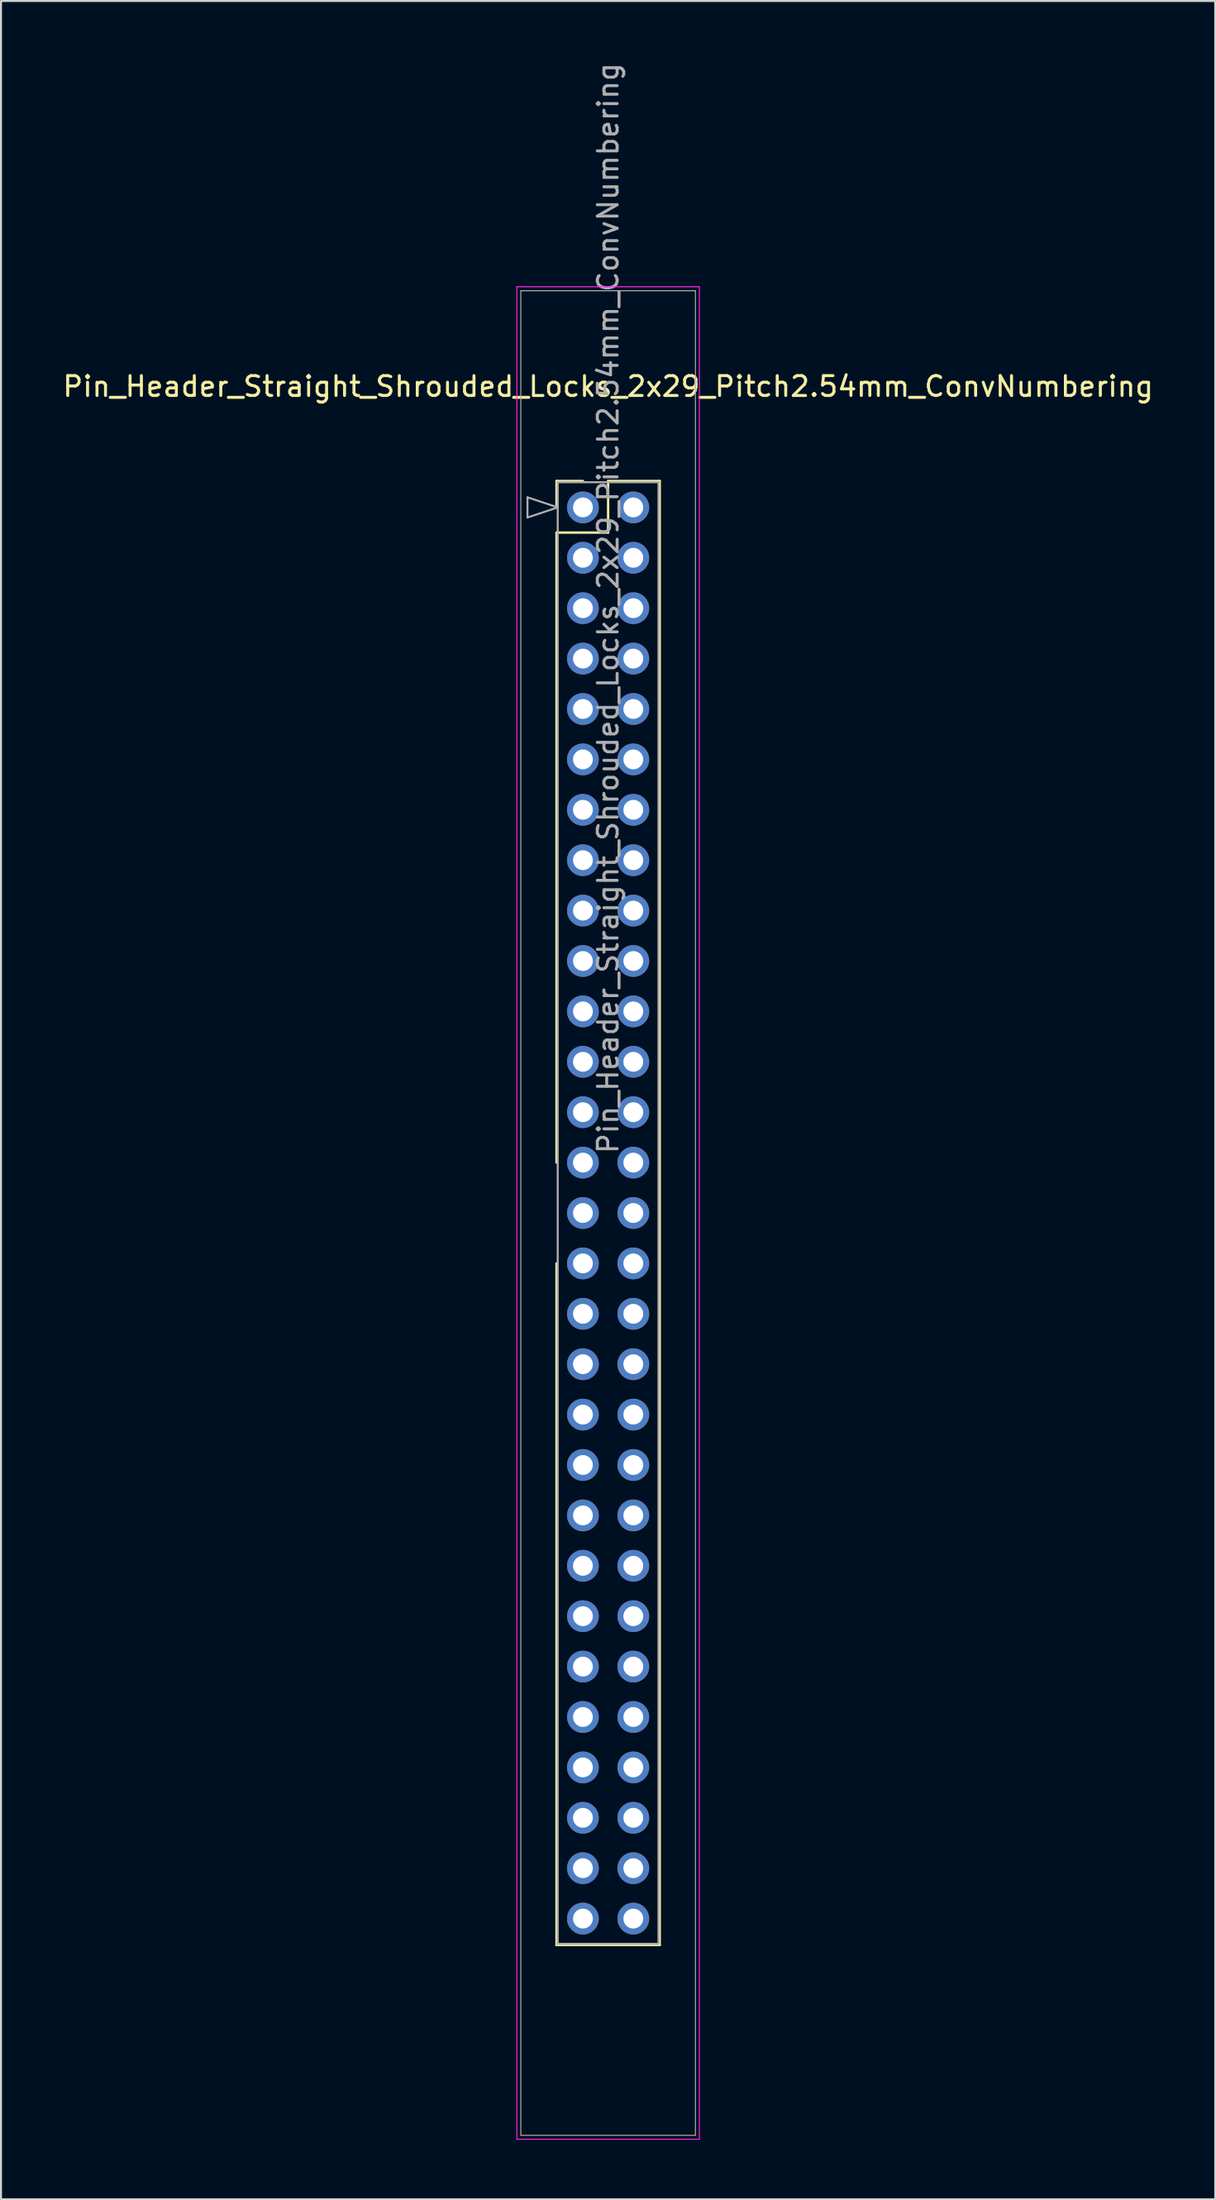
<source format=kicad_pcb>
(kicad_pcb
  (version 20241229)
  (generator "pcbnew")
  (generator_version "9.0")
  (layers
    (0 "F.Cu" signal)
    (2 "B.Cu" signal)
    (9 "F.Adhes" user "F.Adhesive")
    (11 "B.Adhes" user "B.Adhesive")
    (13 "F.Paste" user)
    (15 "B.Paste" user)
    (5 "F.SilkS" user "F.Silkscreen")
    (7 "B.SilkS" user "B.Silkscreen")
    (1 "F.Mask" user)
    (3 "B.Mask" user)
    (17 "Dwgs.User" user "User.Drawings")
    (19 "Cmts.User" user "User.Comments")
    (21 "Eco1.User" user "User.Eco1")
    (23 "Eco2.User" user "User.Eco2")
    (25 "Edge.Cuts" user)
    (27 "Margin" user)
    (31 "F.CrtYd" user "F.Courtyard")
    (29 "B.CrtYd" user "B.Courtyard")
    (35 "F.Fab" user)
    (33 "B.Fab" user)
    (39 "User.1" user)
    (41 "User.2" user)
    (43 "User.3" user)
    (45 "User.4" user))
  (footprint "Pin_Header_Straight_Shrouded_Locks_2x29_Pitch2.54mm_ConvNumbering"
    (layer "F.Cu")
    (at 26.331 22.521)
    (property "Reference" "Pin_Header_Straight_Shrouded_Locks_2x29_Pitch2.54mm_ConvNumbering" (at 1.27 -6.096 0) (layer "F.SilkS") (effects (font (size 1 1) (thickness 0.15))))
    (attr through_hole)
    (fp_line (start -1.33 -1.33) (end 0 -1.33) (stroke (width 0.12) (type solid)) (layer "F.SilkS"))
    (fp_line (start -1.33 0) (end -1.33 -1.33) (stroke (width 0.12) (type solid)) (layer "F.SilkS"))
    (fp_line (start -1.33 1.27) (end -1.33 33.02) (stroke (width 0.12) (type solid)) (layer "F.SilkS"))
    (fp_line (start -1.33 1.27) (end 1.27 1.27) (stroke (width 0.12) (type solid)) (layer "F.SilkS"))
    (fp_line (start -1.33 38.1) (end -1.33 72.45) (stroke (width 0.12) (type solid)) (layer "F.SilkS"))
    (fp_line (start -1.33 72.45) (end 3.87 72.45) (stroke (width 0.12) (type solid)) (layer "F.SilkS"))
    (fp_line (start 1.27 -1.33) (end 3.87 -1.33) (stroke (width 0.12) (type solid)) (layer "F.SilkS"))
    (fp_line (start 1.27 1.27) (end 1.27 -1.33) (stroke (width 0.12) (type solid)) (layer "F.SilkS"))
    (fp_line (start 3.87 -1.33) (end 3.87 72.45) (stroke (width 0.12) (type solid)) (layer "F.SilkS"))
    (fp_line (start -3.33 -11.12) (end -3.33 82.24) (stroke (width 0.05) (type solid)) (layer "F.CrtYd"))
    (fp_line (start -3.33 82.24) (end 5.87 82.24) (stroke (width 0.05) (type solid)) (layer "F.CrtYd"))
    (fp_line (start 5.87 -11.12) (end -3.33 -11.12) (stroke (width 0.05) (type solid)) (layer "F.CrtYd"))
    (fp_line (start 5.87 82.24) (end 5.87 -11.12) (stroke (width 0.05) (type solid)) (layer "F.CrtYd"))
    (fp_line (start -3.13 -10.92) (end -3.13 82.04) (stroke (width 0.05) (type solid)) (layer "F.Fab"))
    (fp_line (start -3.13 82.04) (end 5.67 82.04) (stroke (width 0.05) (type solid)) (layer "F.Fab"))
    (fp_line (start -2.794 -0.508) (end -1.27 0) (stroke (width 0.1) (type solid)) (layer "F.Fab"))
    (fp_line (start -2.794 0.508) (end -2.794 -0.508) (stroke (width 0.1) (type solid)) (layer "F.Fab"))
    (fp_line (start -1.27 -1.27) (end -1.27 72.39) (stroke (width 0.1) (type solid)) (layer "F.Fab"))
    (fp_line (start -1.27 0) (end -2.794 0.508) (stroke (width 0.1) (type solid)) (layer "F.Fab"))
    (fp_line (start -1.27 72.39) (end 3.81 72.39) (stroke (width 0.1) (type solid)) (layer "F.Fab"))
    (fp_line (start 3.81 -1.27) (end -1.27 -1.27) (stroke (width 0.1) (type solid)) (layer "F.Fab"))
    (fp_line (start 3.81 72.39) (end 3.81 -1.27) (stroke (width 0.1) (type solid)) (layer "F.Fab"))
    (fp_line (start 5.67 -10.92) (end -3.13 -10.92) (stroke (width 0.05) (type solid)) (layer "F.Fab"))
    (fp_line (start 5.67 82.04) (end 5.67 -10.92) (stroke (width 0.05) (type solid)) (layer "F.Fab"))
    (fp_text user "${REFERENCE}" (at 1.27 5.08 90) (layer "F.Fab") (effects (font (size 1 1) (thickness 0.15))))
    (pad "1" thru_hole oval (at 0 0) (size 1.6 1.6) (drill 1) (layers "*.Cu" "*.Mask"))
    (pad "2" thru_hole oval (at 2.54 0) (size 1.6 1.6) (drill 1) (layers "*.Cu" "*.Mask"))
    (pad "3" thru_hole oval (at 0 2.54) (size 1.6 1.6) (drill 1) (layers "*.Cu" "*.Mask"))
    (pad "4" thru_hole oval (at 2.54 2.54) (size 1.6 1.6) (drill 1) (layers "*.Cu" "*.Mask"))
    (pad "5" thru_hole oval (at 0 5.08) (size 1.6 1.6) (drill 1) (layers "*.Cu" "*.Mask"))
    (pad "6" thru_hole oval (at 2.54 5.08) (size 1.6 1.6) (drill 1) (layers "*.Cu" "*.Mask"))
    (pad "7" thru_hole oval (at 0 7.62) (size 1.6 1.6) (drill 1) (layers "*.Cu" "*.Mask"))
    (pad "8" thru_hole oval (at 2.54 7.62) (size 1.6 1.6) (drill 1) (layers "*.Cu" "*.Mask"))
    (pad "9" thru_hole oval (at 0 10.16) (size 1.6 1.6) (drill 1) (layers "*.Cu" "*.Mask"))
    (pad "10" thru_hole oval (at 2.54 10.16) (size 1.6 1.6) (drill 1) (layers "*.Cu" "*.Mask"))
    (pad "11" thru_hole oval (at 0 12.7) (size 1.6 1.6) (drill 1) (layers "*.Cu" "*.Mask"))
    (pad "12" thru_hole oval (at 2.54 12.7) (size 1.6 1.6) (drill 1) (layers "*.Cu" "*.Mask"))
    (pad "13" thru_hole oval (at 0 15.24) (size 1.6 1.6) (drill 1) (layers "*.Cu" "*.Mask"))
    (pad "14" thru_hole oval (at 2.54 15.24) (size 1.6 1.6) (drill 1) (layers "*.Cu" "*.Mask"))
    (pad "15" thru_hole oval (at 0 17.78) (size 1.6 1.6) (drill 1) (layers "*.Cu" "*.Mask"))
    (pad "16" thru_hole oval (at 2.54 17.78) (size 1.6 1.6) (drill 1) (layers "*.Cu" "*.Mask"))
    (pad "17" thru_hole oval (at 0 20.32) (size 1.6 1.6) (drill 1) (layers "*.Cu" "*.Mask"))
    (pad "18" thru_hole oval (at 2.54 20.32) (size 1.6 1.6) (drill 1) (layers "*.Cu" "*.Mask"))
    (pad "19" thru_hole oval (at 0 22.86) (size 1.6 1.6) (drill 1) (layers "*.Cu" "*.Mask"))
    (pad "20" thru_hole oval (at 2.54 22.86) (size 1.6 1.6) (drill 1) (layers "*.Cu" "*.Mask"))
    (pad "21" thru_hole oval (at 0 25.4) (size 1.6 1.6) (drill 1) (layers "*.Cu" "*.Mask"))
    (pad "22" thru_hole oval (at 2.54 25.4) (size 1.6 1.6) (drill 1) (layers "*.Cu" "*.Mask"))
    (pad "23" thru_hole oval (at 0 27.94) (size 1.6 1.6) (drill 1) (layers "*.Cu" "*.Mask"))
    (pad "24" thru_hole oval (at 2.54 27.94) (size 1.6 1.6) (drill 1) (layers "*.Cu" "*.Mask"))
    (pad "25" thru_hole oval (at 0 30.48) (size 1.6 1.6) (drill 1) (layers "*.Cu" "*.Mask"))
    (pad "26" thru_hole oval (at 2.54 30.48) (size 1.6 1.6) (drill 1) (layers "*.Cu" "*.Mask"))
    (pad "27" thru_hole oval (at 0 33.02) (size 1.6 1.6) (drill 1) (layers "*.Cu" "*.Mask"))
    (pad "28" thru_hole oval (at 2.54 33.02) (size 1.6 1.6) (drill 1) (layers "*.Cu" "*.Mask"))
    (pad "29" thru_hole oval (at 0 35.56) (size 1.6 1.6) (drill 1) (layers "*.Cu" "*.Mask"))
    (pad "30" thru_hole oval (at 2.54 35.56) (size 1.6 1.6) (drill 1) (layers "*.Cu" "*.Mask"))
    (pad "31" thru_hole oval (at 0 38.1) (size 1.6 1.6) (drill 1) (layers "*.Cu" "*.Mask"))
    (pad "32" thru_hole oval (at 2.54 38.1) (size 1.6 1.6) (drill 1) (layers "*.Cu" "*.Mask"))
    (pad "33" thru_hole oval (at 0 40.64) (size 1.6 1.6) (drill 1) (layers "*.Cu" "*.Mask"))
    (pad "34" thru_hole oval (at 2.54 40.64) (size 1.6 1.6) (drill 1) (layers "*.Cu" "*.Mask"))
    (pad "35" thru_hole oval (at 0 43.18) (size 1.6 1.6) (drill 1) (layers "*.Cu" "*.Mask"))
    (pad "36" thru_hole oval (at 2.54 43.18) (size 1.6 1.6) (drill 1) (layers "*.Cu" "*.Mask"))
    (pad "37" thru_hole oval (at 0 45.72) (size 1.6 1.6) (drill 1) (layers "*.Cu" "*.Mask"))
    (pad "38" thru_hole oval (at 2.54 45.72) (size 1.6 1.6) (drill 1) (layers "*.Cu" "*.Mask"))
    (pad "39" thru_hole oval (at 0 48.26) (size 1.6 1.6) (drill 1) (layers "*.Cu" "*.Mask"))
    (pad "40" thru_hole oval (at 2.54 48.26) (size 1.6 1.6) (drill 1) (layers "*.Cu" "*.Mask"))
    (pad "41" thru_hole oval (at 0 50.8) (size 1.6 1.6) (drill 1) (layers "*.Cu" "*.Mask"))
    (pad "42" thru_hole oval (at 2.54 50.8) (size 1.6 1.6) (drill 1) (layers "*.Cu" "*.Mask"))
    (pad "43" thru_hole oval (at 0 53.34) (size 1.6 1.6) (drill 1) (layers "*.Cu" "*.Mask"))
    (pad "44" thru_hole oval (at 2.54 53.34) (size 1.6 1.6) (drill 1) (layers "*.Cu" "*.Mask"))
    (pad "45" thru_hole oval (at 0 55.88) (size 1.6 1.6) (drill 1) (layers "*.Cu" "*.Mask"))
    (pad "46" thru_hole oval (at 2.54 55.88) (size 1.6 1.6) (drill 1) (layers "*.Cu" "*.Mask"))
    (pad "47" thru_hole oval (at 0 58.42) (size 1.6 1.6) (drill 1) (layers "*.Cu" "*.Mask"))
    (pad "48" thru_hole oval (at 2.54 58.42) (size 1.6 1.6) (drill 1) (layers "*.Cu" "*.Mask"))
    (pad "49" thru_hole oval (at 0 60.96) (size 1.6 1.6) (drill 1) (layers "*.Cu" "*.Mask"))
    (pad "50" thru_hole oval (at 2.54 60.96) (size 1.6 1.6) (drill 1) (layers "*.Cu" "*.Mask"))
    (pad "51" thru_hole oval (at 0 63.5) (size 1.6 1.6) (drill 1) (layers "*.Cu" "*.Mask"))
    (pad "52" thru_hole oval (at 2.54 63.5) (size 1.6 1.6) (drill 1) (layers "*.Cu" "*.Mask"))
    (pad "53" thru_hole oval (at 0 66.04) (size 1.6 1.6) (drill 1) (layers "*.Cu" "*.Mask"))
    (pad "54" thru_hole oval (at 2.54 66.04) (size 1.6 1.6) (drill 1) (layers "*.Cu" "*.Mask"))
    (pad "55" thru_hole oval (at 0 68.58) (size 1.6 1.6) (drill 1) (layers "*.Cu" "*.Mask"))
    (pad "56" thru_hole oval (at 2.54 68.58) (size 1.6 1.6) (drill 1) (layers "*.Cu" "*.Mask"))
    (pad "57" thru_hole oval (at 0 71.12) (size 1.6 1.6) (drill 1) (layers "*.Cu" "*.Mask"))
    (pad "58" thru_hole oval (at 2.54 71.12) (size 1.6 1.6) (drill 1) (layers "*.Cu" "*.Mask")))
  (gr_rect
    (start -3 -3)
    (end 58.202 107.786)
    (stroke (width 0.1) (type default))
    (fill no)
    (layer "Edge.Cuts")))
</source>
